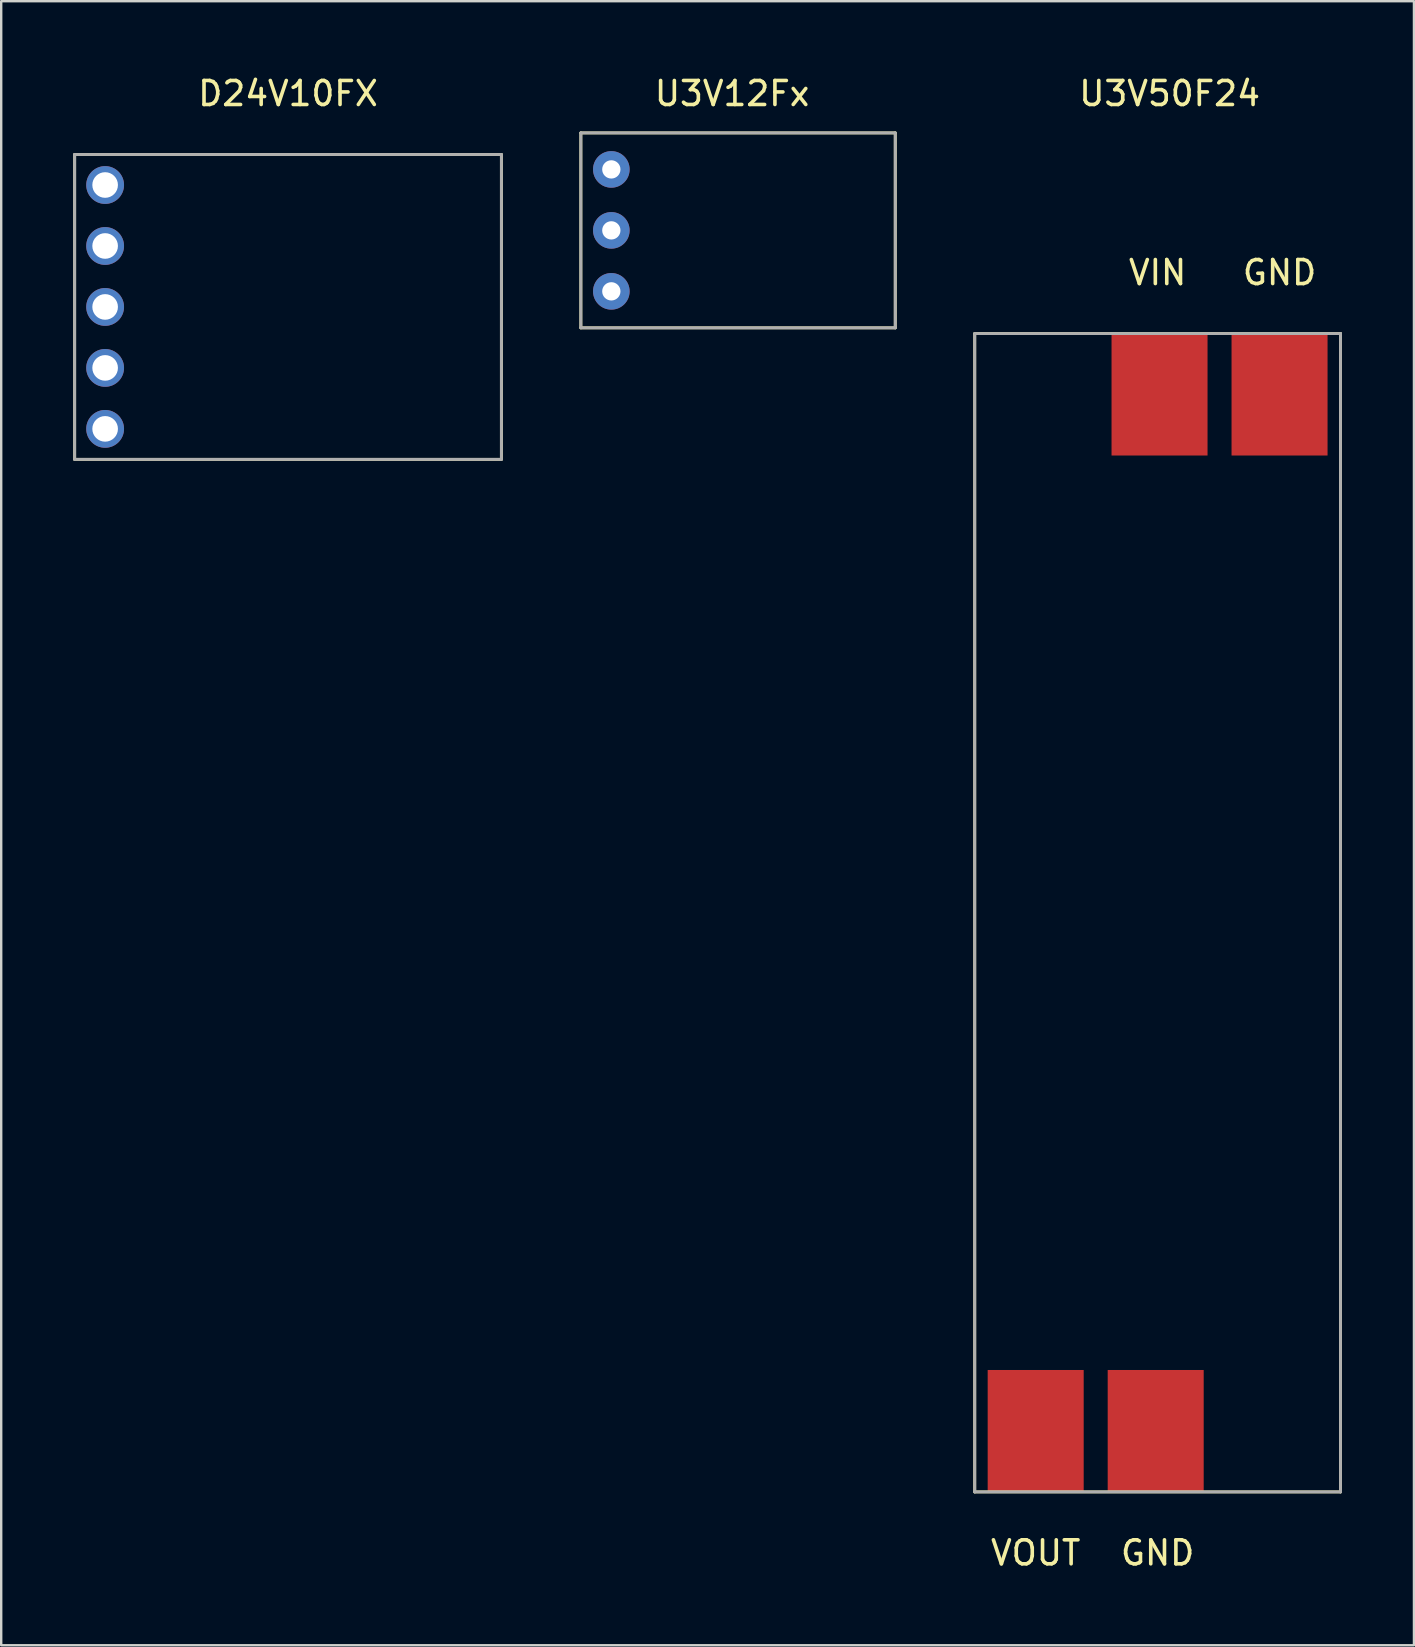
<source format=kicad_pcb>
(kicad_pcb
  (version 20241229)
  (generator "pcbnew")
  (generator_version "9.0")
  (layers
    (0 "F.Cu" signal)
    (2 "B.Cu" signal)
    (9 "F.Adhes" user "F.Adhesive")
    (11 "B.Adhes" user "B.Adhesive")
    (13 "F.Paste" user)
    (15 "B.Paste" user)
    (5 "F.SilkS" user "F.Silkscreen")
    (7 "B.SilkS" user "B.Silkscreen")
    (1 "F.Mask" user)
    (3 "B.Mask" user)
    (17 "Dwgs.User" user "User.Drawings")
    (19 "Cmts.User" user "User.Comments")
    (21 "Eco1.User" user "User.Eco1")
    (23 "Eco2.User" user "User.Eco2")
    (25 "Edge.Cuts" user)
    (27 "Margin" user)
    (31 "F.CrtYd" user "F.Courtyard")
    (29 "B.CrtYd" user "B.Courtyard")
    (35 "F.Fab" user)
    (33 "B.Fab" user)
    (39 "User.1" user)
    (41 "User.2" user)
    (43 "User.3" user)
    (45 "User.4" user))
  (footprint "U3V50F24"
    (layer "F.Cu")
    (at 37.56 10.848)
    (property "Reference" "U3V50F24" (at 8.12 -10 0) (layer "F.SilkS") (effects (font (size 1 1) (thickness 0.15))))
    (attr through_hole)
    (fp_line (start 0 0) (end 15.24 0) (stroke (width 0.12) (type solid)) (layer "F.SilkS"))
    (fp_line (start 0 48.26) (end 0 0) (stroke (width 0.12) (type solid)) (layer "F.SilkS"))
    (fp_line (start 15.24 0) (end 15.24 48.26) (stroke (width 0.12) (type solid)) (layer "F.SilkS"))
    (fp_line (start 15.24 48.26) (end 0 48.26) (stroke (width 0.12) (type solid)) (layer "F.SilkS"))
    (fp_line (start 0 0) (end 15.24 0) (stroke (width 0.12) (type solid)) (layer "F.Fab"))
    (fp_line (start 0 48.26) (end 0 0) (stroke (width 0.12) (type solid)) (layer "F.Fab"))
    (fp_line (start 15.24 0) (end 15.24 48.26) (stroke (width 0.12) (type solid)) (layer "F.Fab"))
    (fp_line (start 15.24 48.26) (end 0 48.26) (stroke (width 0.12) (type solid)) (layer "F.Fab"))
    (fp_text user "VOUT" (at 2.54 50.8 0) (layer "F.SilkS") (effects (font (size 1 1) (thickness 0.15))))
    (fp_text user "VIN" (at 7.62 -2.54 0) (layer "F.SilkS") (effects (font (size 1 1) (thickness 0.15))))
    (fp_text user "GND" (at 12.7 -2.54 0) (layer "F.SilkS") (effects (font (size 1 1) (thickness 0.15))))
    (fp_text user "GND" (at 7.62 50.8 0) (layer "F.SilkS") (effects (font (size 1 1) (thickness 0.15))))
    (pad "1" smd rect (at 12.7 2.54) (size 4 5.08) (layers "F.Cu" "F.Mask" "F.Paste"))
    (pad "2" smd rect (at 7.7 2.54) (size 4 5.08) (layers "F.Cu" "F.Mask" "F.Paste"))
    (pad "3" smd rect (at 7.54 45.72) (size 4 5.08) (layers "F.Cu" "F.Mask" "F.Paste"))
    (pad "4" smd rect (at 2.54 45.72) (size 4 5.08) (layers "F.Cu" "F.Mask" "F.Paste")))
  (footprint "U3V12Fx"
    (layer "F.Cu")
    (at 21.15 6.548)
    (property "Reference" "U3V12Fx" (at 6.3 -5.7 0) (layer "F.SilkS") (effects (font (size 1 1) (thickness 0.15))))
    (attr through_hole)
    (fp_line (start 0 -4.06) (end 0 4.06) (stroke (width 0.12) (type solid)) (layer "F.SilkS"))
    (fp_line (start 0 4.06) (end 13.1 4.06) (stroke (width 0.12) (type solid)) (layer "F.SilkS"))
    (fp_line (start 13.1 -4.06) (end 0 -4.06) (stroke (width 0.12) (type solid)) (layer "F.SilkS"))
    (fp_line (start 13.1 4.06) (end 13.1 -4.06) (stroke (width 0.12) (type solid)) (layer "F.SilkS"))
    (fp_line (start 0 -4.06) (end 0 4.06) (stroke (width 0.12) (type solid)) (layer "F.Fab"))
    (fp_line (start 0 -4.06) (end 13.1 -4.06) (stroke (width 0.12) (type solid)) (layer "F.Fab"))
    (fp_line (start 0 4.06) (end 13.1 4.06) (stroke (width 0.12) (type solid)) (layer "F.Fab"))
    (fp_line (start 13.1 -4.06) (end 13.1 4.06) (stroke (width 0.12) (type solid)) (layer "F.Fab"))
    (pad "1" thru_hole circle (at 1.27 -2.54) (size 1.524 1.524) (drill 0.762) (layers "*.Cu" "*.Mask"))
    (pad "2" thru_hole circle (at 1.27 0) (size 1.524 1.524) (drill 0.762) (layers "*.Cu" "*.Mask"))
    (pad "3" thru_hole circle (at 1.27 2.54) (size 1.524 1.524) (drill 0.762) (layers "*.Cu" "*.Mask")))
  (footprint "D24V10FX"
    (layer "F.Cu")
    (at 8.95 9.738)
    (property "Reference" "D24V10FX" (at 0 -8.89 0) (layer "F.SilkS") (effects (font (size 1 1) (thickness 0.15))))
    (attr through_hole)
    (fp_line (start -8.89 -6.35) (end -8.89 6.35) (stroke (width 0.12) (type solid)) (layer "F.SilkS"))
    (fp_line (start -8.89 6.35) (end 8.89 6.35) (stroke (width 0.12) (type solid)) (layer "F.SilkS"))
    (fp_line (start 8.89 -6.35) (end -8.89 -6.35) (stroke (width 0.12) (type solid)) (layer "F.SilkS"))
    (fp_line (start 8.89 6.35) (end 8.89 -6.35) (stroke (width 0.12) (type solid)) (layer "F.SilkS"))
    (fp_line (start -8.89 -6.35) (end -8.89 6.35) (stroke (width 0.12) (type solid)) (layer "F.Fab"))
    (fp_line (start -8.89 6.35) (end 8.89 6.35) (stroke (width 0.12) (type solid)) (layer "F.Fab"))
    (fp_line (start 8.89 -6.35) (end -8.89 -6.35) (stroke (width 0.12) (type solid)) (layer "F.Fab"))
    (fp_line (start 8.89 6.35) (end 8.89 -6.35) (stroke (width 0.12) (type solid)) (layer "F.Fab"))
    (pad "1" thru_hole circle (at -7.62 -5.08) (size 1.575 1.575) (drill 1.067) (layers "*.Cu" "*.Mask"))
    (pad "2" thru_hole circle (at -7.62 -2.54) (size 1.575 1.575) (drill 1.067) (layers "*.Cu" "*.Mask"))
    (pad "3" thru_hole circle (at -7.62 0) (size 1.575 1.575) (drill 1.067) (layers "*.Cu" "*.Mask"))
    (pad "4" thru_hole circle (at -7.62 2.54) (size 1.575 1.575) (drill 1.067) (layers "*.Cu" "*.Mask"))
    (pad "5" thru_hole circle (at -7.62 5.08) (size 1.575 1.575) (drill 1.067) (layers "*.Cu" "*.Mask")))
  (gr_rect
    (start -3 -3)
    (end 55.86 65.496)
    (stroke (width 0.1) (type default))
    (fill no)
    (layer "Edge.Cuts")))
</source>
